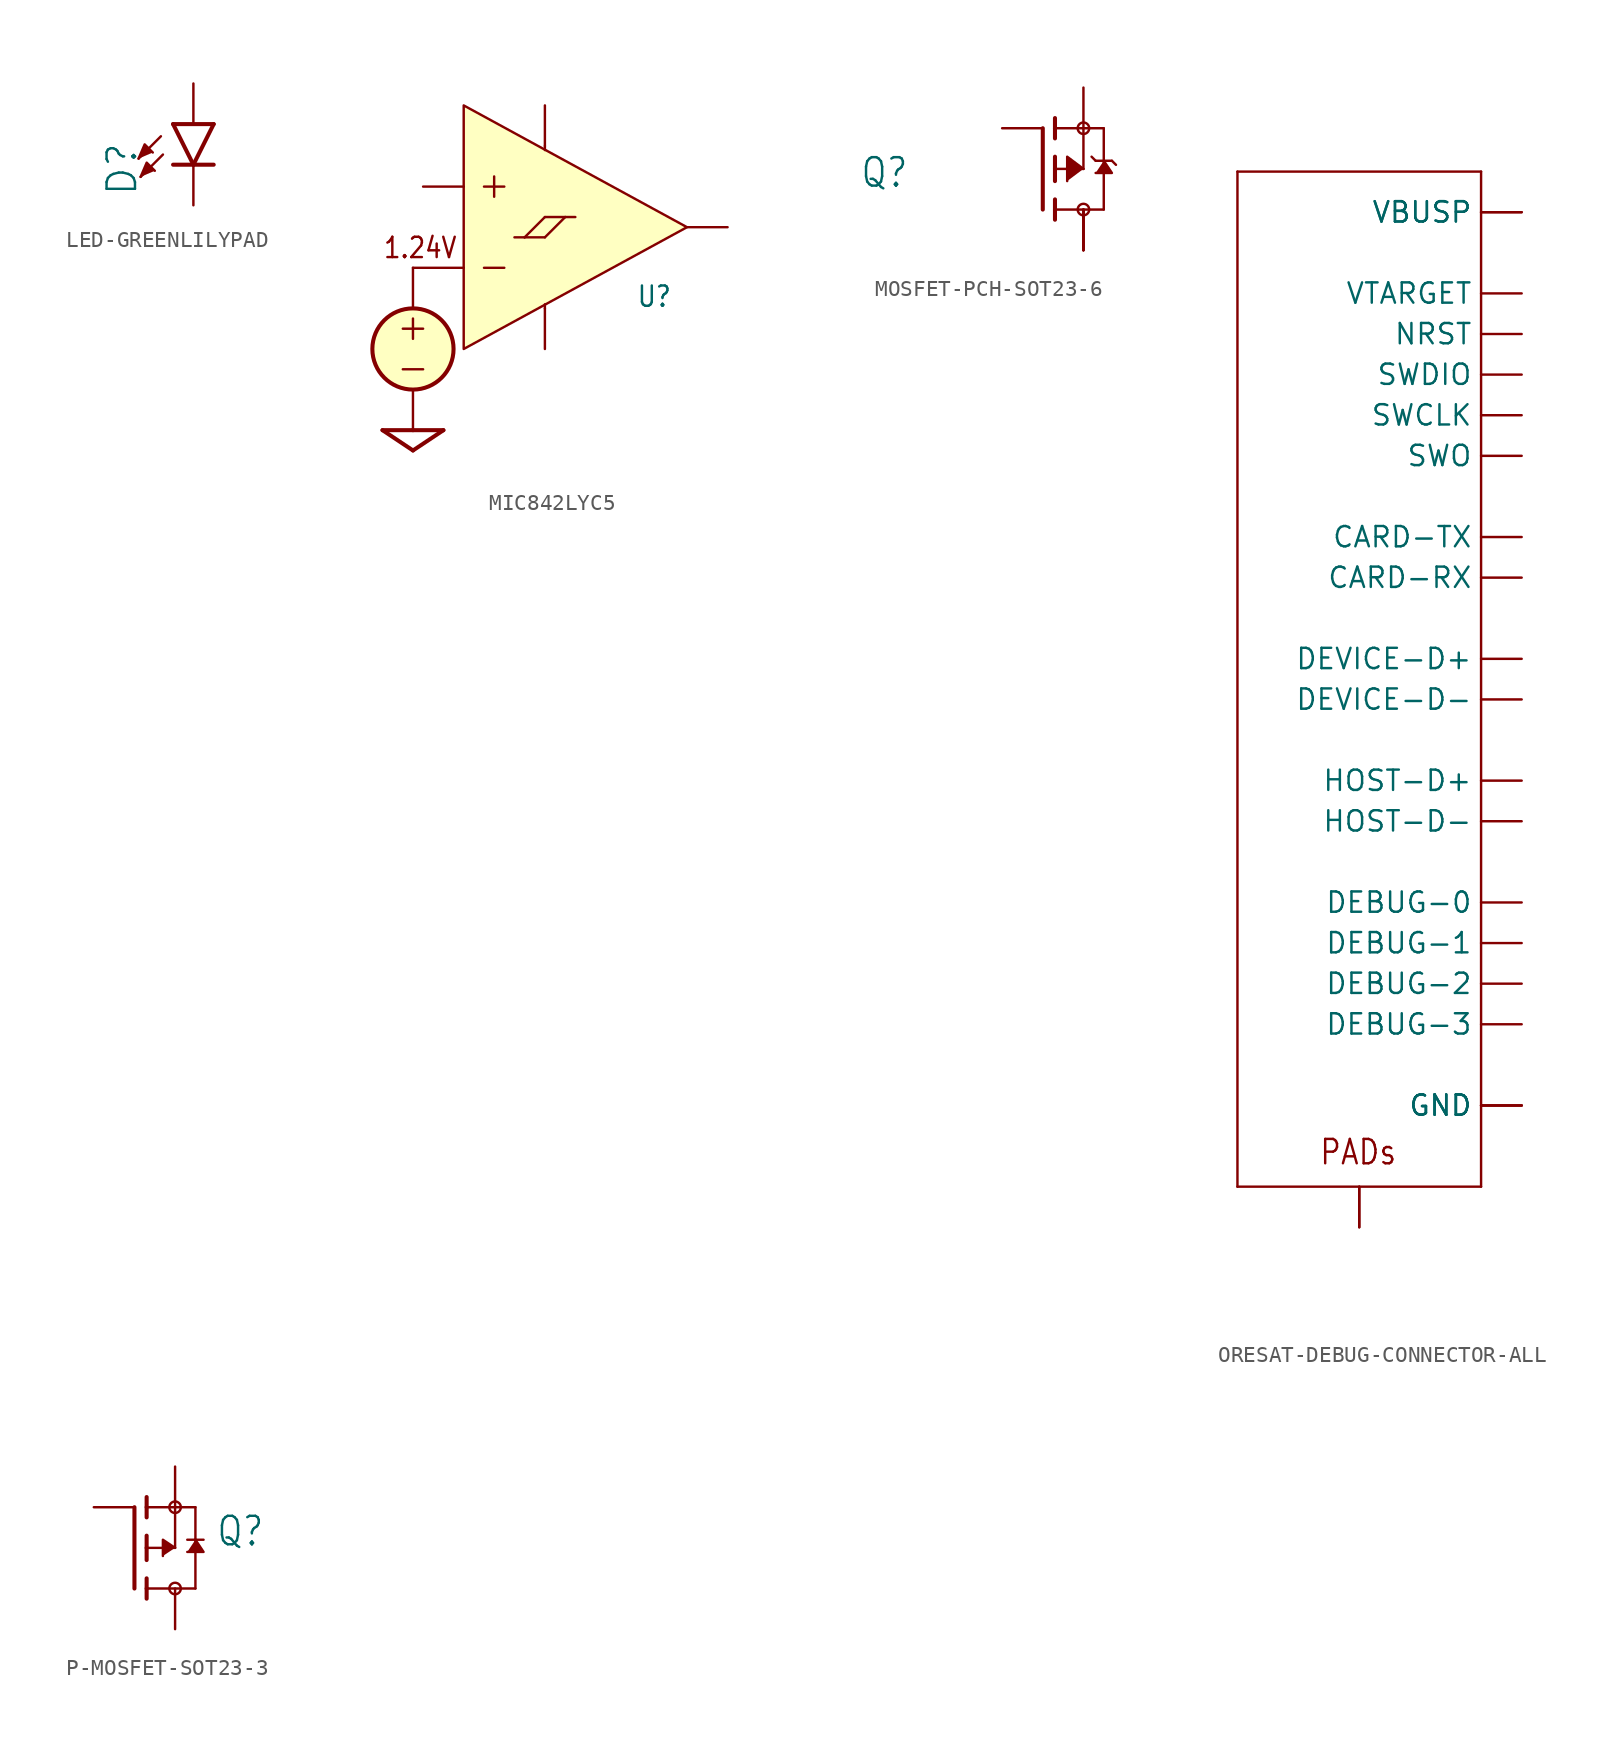
<source format=kicad_sym>
(kicad_symbol_lib
  (version 20241209)
  (generator "kicad_symbol_editor")
  (generator_version "9.0")
  (symbol "LED-GREENLILYPAD"
    (property "Reference" "D"
      (at -3.429 -4.572 90)
      (effects (font (size 1.778 1.778)) (justify left bottom)))
    (property "Value" ""
      (at 1.905 -4.572 90)
      (effects (font (size 1.778 1.778)) (justify left top)))
    (property "ki_locked" ""
      (at 0 0 0)
      (effects (font (size 1.27 1.27))))
    (symbol "LED-GREENLILYPAD_1_0"
      (polyline (pts (xy -3.429 -2.159) (xy -3.048 -1.27) (xy -2.54 -1.778)) (stroke (width 0.152) (type solid)) (fill (type outline)))
      (polyline (pts (xy -3.302 -3.302) (xy -2.921 -2.413) (xy -2.413 -2.921)) (stroke (width 0.152) (type solid)) (fill (type outline)))
      (polyline (pts (xy -2.032 -0.762) (xy -3.429 -2.159)) (stroke (width 0.152) (type solid)) (fill (type none)))
      (polyline (pts (xy -1.905 -1.905) (xy -3.302 -3.302)) (stroke (width 0.152) (type solid)) (fill (type none)))
      (polyline (pts (xy 0 -2.54) (xy -1.27 0)) (stroke (width 0.254) (type solid)) (fill (type none)))
      (polyline (pts (xy 0 -2.54) (xy -1.27 -2.54)) (stroke (width 0.254) (type solid)) (fill (type none)))
      (polyline (pts (xy 1.27 0) (xy -1.27 0)) (stroke (width 0.254) (type solid)) (fill (type none)))
      (polyline (pts (xy 1.27 0) (xy 0 -2.54)) (stroke (width 0.254) (type solid)) (fill (type none)))
      (polyline (pts (xy 1.27 -2.54) (xy 0 -2.54)) (stroke (width 0.254) (type solid)) (fill (type none)))
      (pin passive line (at 0 2.54 270) (length 2.54) (name "A" (effects (font (size 0 0)))) (number "A" (effects (font (size 0 0)))))
      (pin passive line (at 0 -5.08 90) (length 2.54) (name "C" (effects (font (size 0 0)))) (number "C" (effects (font (size 0 0)))))))
  (symbol "MIC842LYC5"
    (property "Reference" "U"
      (at 5.715 -5.08 0)
      (effects (font (size 1.27 1.079)) (justify left bottom)))
    (property "Value" ""
      (at 5.715 -6.35 0)
      (effects (font (size 1.27 1.079)) (justify left bottom)))
    (property "ki_locked" ""
      (at 0 0 0)
      (effects (font (size 1.27 1.27))))
    (symbol "MIC842LYC5_1_0"
      (polyline (pts (xy -8.89 -6.35) (xy -7.62 -6.35)) (stroke (width 0.152) (type solid)) (fill (type none)))
      (polyline (pts (xy -8.89 -8.89) (xy -7.62 -8.89)) (stroke (width 0.152) (type solid)) (fill (type none)))
      (polyline (pts (xy -8.255 -2.54) (xy -8.255 -5.08)) (stroke (width 0.152) (type solid)) (fill (type none)))
      (polyline (pts (xy -8.255 -5.715) (xy -8.255 -6.985)) (stroke (width 0.152) (type solid)) (fill (type none)))
      (circle (center -8.255 -7.62) (radius 2.54) (stroke (width 0.254) (type solid)) (fill (type background)))
      (polyline (pts (xy -8.255 -10.16) (xy -8.255 -12.7)) (stroke (width 0.152) (type solid)) (fill (type none)))
      (polyline (pts (xy -8.255 -12.7) (xy -10.16 -12.7)) (stroke (width 0.254) (type solid)) (fill (type none)))
      (polyline (pts (xy -8.255 -12.7) (xy -6.35 -12.7)) (stroke (width 0.254) (type solid)) (fill (type none)))
      (polyline (pts (xy -8.255 -13.97) (xy -10.16 -12.7)) (stroke (width 0.254) (type solid)) (fill (type none)))
      (polyline (pts (xy -6.35 -12.7) (xy -8.255 -13.97)) (stroke (width 0.254) (type solid)) (fill (type none)))
      (polyline (pts (xy -5.08 -2.54) (xy -8.255 -2.54)) (stroke (width 0.152) (type solid)) (fill (type none)))
      (polyline (pts (xy -3.81 2.54) (xy -2.54 2.54)) (stroke (width 0.152) (type solid)) (fill (type none)))
      (polyline (pts (xy -3.81 -2.54) (xy -2.54 -2.54)) (stroke (width 0.152) (type solid)) (fill (type none)))
      (polyline (pts (xy -3.175 3.175) (xy -3.175 1.905)) (stroke (width 0.152) (type solid)) (fill (type none)))
      (polyline (pts (xy -1.905 -0.635) (xy -1.27 -0.635)) (stroke (width 0.152) (type solid)) (fill (type none)))
      (polyline (pts (xy -1.27 -0.635) (xy 0 -0.635)) (stroke (width 0.152) (type solid)) (fill (type none)))
      (polyline (pts (xy 0 5.08) (xy 0 4.826)) (stroke (width 0.152) (type solid)) (fill (type none)))
      (polyline (pts (xy 0 0.635) (xy -1.27 -0.635)) (stroke (width 0.152) (type solid)) (fill (type none)))
      (polyline (pts (xy 0 -0.635) (xy 1.27 0.635)) (stroke (width 0.152) (type solid)) (fill (type none)))
      (polyline (pts (xy 0 -5.08) (xy 0 -4.826)) (stroke (width 0.152) (type solid)) (fill (type none)))
      (polyline (pts (xy 1.27 0.635) (xy 0 0.635)) (stroke (width 0.152) (type solid)) (fill (type none)))
      (polyline (pts (xy 1.27 0.635) (xy 1.905 0.635)) (stroke (width 0.152) (type solid)) (fill (type none)))
      (text "1.24V" (at -10.16 -2.032 0) (effects (font (size 1.27 1.079)) (justify left bottom)))
      (pin input line (at -7.62 2.54 0) (length 2.54) (name "INP" (effects (font (size 0 0)))) (number "1" (effects (font (size 0 0)))))
      (pin power_in line (at 0 7.62 270) (length 2.54) (name "VDD" (effects (font (size 0 0)))) (number "5" (effects (font (size 0 0)))))
      (pin power_in line (at 0 -7.62 90) (length 2.54) (name "GND" (effects (font (size 0 0)))) (number "2" (effects (font (size 0 0)))))
      (pin output line (at 11.43 0 180) (length 2.54) (name "OUT" (effects (font (size 0 0)))) (number "4" (effects (font (size 0 0))))))
    (symbol "MIC842LYC5_1_1"
      (polyline (pts (xy -5.08 7.62) (xy 8.89 0) (xy -5.08 -7.62) (xy -5.08 7.62)) (stroke (width 0) (type solid)) (fill (type background)))))
  (symbol "MOSFET-PCH-SOT23-6"
    (property "Reference" "Q"
      (at -11.43 -1.27 0)
      (effects (font (size 1.778 1.511)) (justify left bottom)))
    (property "Value" ""
      (at -11.43 -3.81 0)
      (effects (font (size 1.778 1.511)) (justify left bottom)))
    (property "ki_locked" ""
      (at 0 0 0)
      (effects (font (size 1.27 1.27))))
    (symbol "MOSFET-PCH-SOT23-6_1_0"
      (polyline (pts (xy 0 -2.54) (xy 0 2.54)) (stroke (width 0.254) (type solid)) (fill (type none)))
      (polyline (pts (xy 0.762 2.54) (xy 0.762 3.175)) (stroke (width 0.254) (type solid)) (fill (type none)))
      (polyline (pts (xy 0.762 1.905) (xy 0.762 2.54)) (stroke (width 0.254) (type solid)) (fill (type none)))
      (polyline (pts (xy 0.762 0) (xy 0.762 0.762)) (stroke (width 0.254) (type solid)) (fill (type none)))
      (polyline (pts (xy 0.762 0) (xy 2.54 0)) (stroke (width 0.152) (type solid)) (fill (type none)))
      (polyline (pts (xy 0.762 -0.762) (xy 0.762 0)) (stroke (width 0.254) (type solid)) (fill (type none)))
      (polyline (pts (xy 0.762 -2.54) (xy 0.762 -1.905)) (stroke (width 0.254) (type solid)) (fill (type none)))
      (polyline (pts (xy 0.762 -2.54) (xy 3.81 -2.54)) (stroke (width 0.152) (type solid)) (fill (type none)))
      (polyline (pts (xy 0.762 -3.175) (xy 0.762 -2.54)) (stroke (width 0.254) (type solid)) (fill (type none)))
      (polyline (pts (xy 2.54 2.54) (xy 0.762 2.54)) (stroke (width 0.152) (type solid)) (fill (type none)))
      (polyline (pts (xy 2.54 2.54) (xy 3.81 2.54)) (stroke (width 0.152) (type solid)) (fill (type none)))
      (circle (center 2.54 2.54) (radius 0.359) (stroke (width 0) (type solid)) (fill (type none)))
      (polyline (pts (xy 2.54 0) (xy 2.54 2.54)) (stroke (width 0.152) (type solid)) (fill (type none)))
      (polyline (pts (xy 2.54 0) (xy 1.524 0.762) (xy 1.524 -0.762)) (stroke (width 0.152) (type solid)) (fill (type outline)))
      (circle (center 2.54 -2.54) (radius 0.359) (stroke (width 0) (type solid)) (fill (type none)))
      (polyline (pts (xy 3.048 0.762) (xy 3.302 0.508)) (stroke (width 0.152) (type solid)) (fill (type none)))
      (polyline (pts (xy 3.302 0.508) (xy 3.81 0.508)) (stroke (width 0.152) (type solid)) (fill (type none)))
      (polyline (pts (xy 3.81 0.508) (xy 3.81 2.54)) (stroke (width 0.152) (type solid)) (fill (type none)))
      (polyline (pts (xy 3.81 0.508) (xy 4.318 0.508)) (stroke (width 0.152) (type solid)) (fill (type none)))
      (polyline (pts (xy 3.81 0.508) (xy 4.318 -0.254) (xy 3.302 -0.254)) (stroke (width 0.152) (type solid)) (fill (type outline)))
      (polyline (pts (xy 3.81 -2.54) (xy 3.81 0.508)) (stroke (width 0.152) (type solid)) (fill (type none)))
      (polyline (pts (xy 4.318 0.508) (xy 4.572 0.254)) (stroke (width 0.152) (type solid)) (fill (type none)))
      (pin passive line (at -2.54 2.54 0) (length 2.54) (name "G" (effects (font (size 0 0)))) (number "3" (effects (font (size 0 0)))))
      (pin passive line (at 2.54 5.08 270) (length 2.54) (name "S" (effects (font (size 0 0)))) (number "4" (effects (font (size 0 0)))))
      (pin passive line (at 2.54 -5.08 90) (length 2.54) (name "D" (effects (font (size 0 0)))) (number "1" (effects (font (size 0 0)))))
      (pin passive line (at 2.54 -5.08 90) (length 2.54) (name "D" (effects (font (size 0 0)))) (number "2" (effects (font (size 0 0)))))
      (pin passive line (at 2.54 -5.08 90) (length 2.54) (name "D" (effects (font (size 0 0)))) (number "5" (effects (font (size 0 0)))))
      (pin passive line (at 2.54 -5.08 90) (length 2.54) (name "D" (effects (font (size 0 0)))) (number "6" (effects (font (size 0 0)))))))
  (symbol "ORESAT-DEBUG-CONNECTOR-ALL"
    (property "Reference" "J"
      (at -3.81 31.75 0)
      (effects (font (size 2.083 1.77)) (justify left bottom) (hide yes)))
    (property "ki_locked" ""
      (at 0 0 0)
      (effects (font (size 1.27 1.27))))
    (symbol "ORESAT-DEBUG-CONNECTOR-ALL_1_0"
      (polyline (pts (xy -7.62 30.48) (xy -7.62 -33.02)) (stroke (width 0.152) (type solid)) (fill (type none)))
      (polyline (pts (xy -7.62 -33.02) (xy 7.62 -33.02)) (stroke (width 0.152) (type solid)) (fill (type none)))
      (polyline (pts (xy 7.62 30.48) (xy -7.62 30.48)) (stroke (width 0.152) (type solid)) (fill (type none)))
      (polyline (pts (xy 7.62 -33.02) (xy 7.62 30.48)) (stroke (width 0.152) (type solid)) (fill (type none)))
      (text "PADs" (at -2.54 -31.75 0) (effects (font (size 1.524 1.295)) (justify left bottom)))
      (pin bidirectional line (at 0 -35.56 90) (length 2.54) (name "PAD" (effects (font (size 0 0)))) (number "PAD1" (effects (font (size 0 0)))))
      (pin bidirectional line (at 0 -35.56 90) (length 2.54) (name "PAD" (effects (font (size 0 0)))) (number "PAD2" (effects (font (size 0 0)))))
      (pin passive line (at 10.16 27.94 180) (length 2.54) (name "VBUSP" (effects (font (size 1.27 1.27)))) (number "1" (effects (font (size 0 0)))))
      (pin passive line (at 10.16 27.94 180) (length 2.54) (name "VBUSP" (effects (font (size 1.27 1.27)))) (number "2" (effects (font (size 0 0)))))
      (pin passive line (at 10.16 22.86 180) (length 2.54) (name "VTARGET" (effects (font (size 1.27 1.27)))) (number "11" (effects (font (size 0 0)))))
      (pin passive line (at 10.16 20.32 180) (length 2.54) (name "NRST" (effects (font (size 1.27 1.27)))) (number "10" (effects (font (size 0 0)))))
      (pin passive line (at 10.16 17.78 180) (length 2.54) (name "SWDIO" (effects (font (size 1.27 1.27)))) (number "14" (effects (font (size 0 0)))))
      (pin passive line (at 10.16 15.24 180) (length 2.54) (name "SWCLK" (effects (font (size 1.27 1.27)))) (number "15" (effects (font (size 0 0)))))
      (pin passive line (at 10.16 12.7 180) (length 2.54) (name "SWO" (effects (font (size 1.27 1.27)))) (number "16" (effects (font (size 0 0)))))
      (pin passive line (at 10.16 7.62 180) (length 2.54) (name "CARD-TX" (effects (font (size 1.27 1.27)))) (number "13" (effects (font (size 0 0)))))
      (pin passive line (at 10.16 5.08 180) (length 2.54) (name "CARD-RX" (effects (font (size 1.27 1.27)))) (number "12" (effects (font (size 0 0)))))
      (pin passive line (at 10.16 0 180) (length 2.54) (name "DEVICE-D+" (effects (font (size 1.27 1.27)))) (number "4" (effects (font (size 0 0)))))
      (pin passive line (at 10.16 -2.54 180) (length 2.54) (name "DEVICE-D-" (effects (font (size 1.27 1.27)))) (number "5" (effects (font (size 0 0)))))
      (pin passive line (at 10.16 -7.62 180) (length 2.54) (name "HOST-D+" (effects (font (size 1.27 1.27)))) (number "7" (effects (font (size 0 0)))))
      (pin passive line (at 10.16 -10.16 180) (length 2.54) (name "HOST-D-" (effects (font (size 1.27 1.27)))) (number "8" (effects (font (size 0 0)))))
      (pin passive line (at 10.16 -15.24 180) (length 2.54) (name "DEBUG-0" (effects (font (size 1.27 1.27)))) (number "17" (effects (font (size 0 0)))))
      (pin passive line (at 10.16 -17.78 180) (length 2.54) (name "DEBUG-1" (effects (font (size 1.27 1.27)))) (number "18" (effects (font (size 0 0)))))
      (pin passive line (at 10.16 -20.32 180) (length 2.54) (name "DEBUG-2" (effects (font (size 1.27 1.27)))) (number "19" (effects (font (size 0 0)))))
      (pin passive line (at 10.16 -22.86 180) (length 2.54) (name "DEBUG-3" (effects (font (size 1.27 1.27)))) (number "20" (effects (font (size 0 0)))))
      (pin passive line (at 10.16 -27.94 180) (length 2.54) (name "GND" (effects (font (size 1.27 1.27)))) (number "3" (effects (font (size 0 0)))))
      (pin passive line (at 10.16 -27.94 180) (length 2.54) (name "GND" (effects (font (size 1.27 1.27)))) (number "6" (effects (font (size 0 0)))))
      (pin passive line (at 10.16 -27.94 180) (length 2.54) (name "GND" (effects (font (size 1.27 1.27)))) (number "9" (effects (font (size 0 0)))))))
  (symbol "P-MOSFET-SOT23-3"
    (property "Reference" "Q"
      (at 5.08 0 0)
      (effects (font (size 1.778 1.511)) (justify left bottom)))
    (property "Value" ""
      (at 5.08 -2.54 0)
      (effects (font (size 1.778 1.511)) (justify left bottom)))
    (property "ki_locked" ""
      (at 0 0 0)
      (effects (font (size 1.27 1.27))))
    (symbol "P-MOSFET-SOT23-3_1_0"
      (polyline (pts (xy 0 -2.54) (xy 0 2.54)) (stroke (width 0.254) (type solid)) (fill (type none)))
      (polyline (pts (xy 0.762 2.54) (xy 0.762 3.175)) (stroke (width 0.254) (type solid)) (fill (type none)))
      (polyline (pts (xy 0.762 1.905) (xy 0.762 2.54)) (stroke (width 0.254) (type solid)) (fill (type none)))
      (polyline (pts (xy 0.762 0) (xy 0.762 0.762)) (stroke (width 0.254) (type solid)) (fill (type none)))
      (polyline (pts (xy 0.762 0) (xy 2.54 0)) (stroke (width 0.152) (type solid)) (fill (type none)))
      (polyline (pts (xy 0.762 -0.762) (xy 0.762 0)) (stroke (width 0.254) (type solid)) (fill (type none)))
      (polyline (pts (xy 0.762 -2.54) (xy 0.762 -1.905)) (stroke (width 0.254) (type solid)) (fill (type none)))
      (polyline (pts (xy 0.762 -2.54) (xy 3.81 -2.54)) (stroke (width 0.152) (type solid)) (fill (type none)))
      (polyline (pts (xy 0.762 -3.175) (xy 0.762 -2.54)) (stroke (width 0.254) (type solid)) (fill (type none)))
      (polyline (pts (xy 2.54 2.54) (xy 0.762 2.54)) (stroke (width 0.152) (type solid)) (fill (type none)))
      (polyline (pts (xy 2.54 2.54) (xy 3.81 2.54)) (stroke (width 0.152) (type solid)) (fill (type none)))
      (circle (center 2.54 2.54) (radius 0.359) (stroke (width 0) (type solid)) (fill (type none)))
      (polyline (pts (xy 2.54 0) (xy 2.54 2.54)) (stroke (width 0.152) (type solid)) (fill (type none)))
      (polyline (pts (xy 2.54 0) (xy 1.778 0.508) (xy 1.778 -0.508)) (stroke (width 0.152) (type solid)) (fill (type outline)))
      (circle (center 2.54 -2.54) (radius 0.359) (stroke (width 0) (type solid)) (fill (type none)))
      (polyline (pts (xy 3.302 0.508) (xy 3.81 0.508)) (stroke (width 0.152) (type solid)) (fill (type none)))
      (polyline (pts (xy 3.81 0.508) (xy 3.81 2.54)) (stroke (width 0.152) (type solid)) (fill (type none)))
      (polyline (pts (xy 3.81 0.508) (xy 4.318 0.508)) (stroke (width 0.152) (type solid)) (fill (type none)))
      (polyline (pts (xy 3.81 0.508) (xy 4.318 -0.254) (xy 3.302 -0.254)) (stroke (width 0.152) (type solid)) (fill (type outline)))
      (polyline (pts (xy 3.81 -2.54) (xy 3.81 0.508)) (stroke (width 0.152) (type solid)) (fill (type none)))
      (pin passive line (at -2.54 2.54 0) (length 2.54) (name "G" (effects (font (size 0 0)))) (number "1" (effects (font (size 0 0)))))
      (pin passive line (at 2.54 5.08 270) (length 2.54) (name "S" (effects (font (size 0 0)))) (number "2" (effects (font (size 0 0)))))
      (pin passive line (at 2.54 -5.08 90) (length 2.54) (name "D" (effects (font (size 0 0)))) (number "3" (effects (font (size 0 0))))))))
</source>
